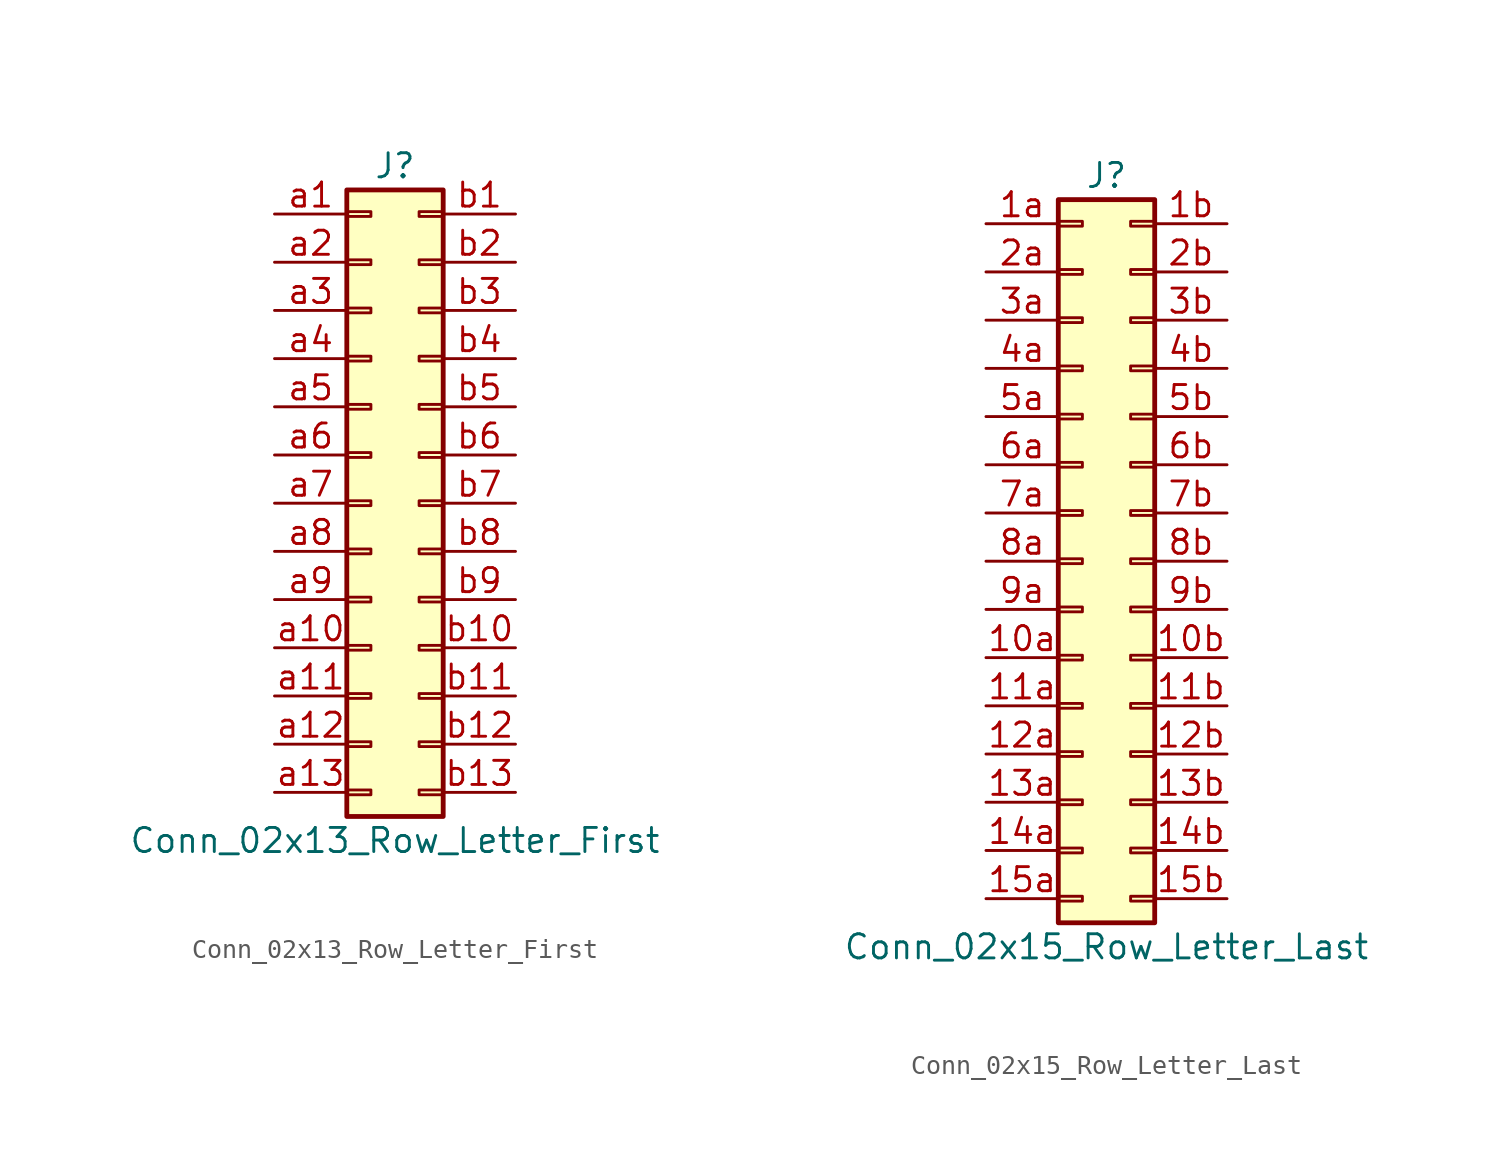
<source format=kicad_sym>
(kicad_symbol_lib
  (version 20201005)
  (generator kicad_symbol_editor)
  (symbol "Conn_02x13_Row_Letter_First"
    (pin_names
      (offset 1.016) hide)
    (property "Reference" "J"
      (at 1.27 17.78 0)
      (effects (font (size 1.27 1.27))))
    (property "Value" "Conn_02x13_Row_Letter_First"
      (at 1.27 -17.78 0)
      (effects (font (size 1.27 1.27))))
    (symbol "Conn_02x13_Row_Letter_First_1_1"
      (rectangle (start -1.27 -15.113) (end 0 -15.367) (stroke (width 0.152)) (fill (type none)))
      (rectangle (start -1.27 -12.573) (end 0 -12.827) (stroke (width 0.152)) (fill (type none)))
      (rectangle (start -1.27 -10.033) (end 0 -10.287) (stroke (width 0.152)) (fill (type none)))
      (rectangle (start -1.27 -7.493) (end 0 -7.747) (stroke (width 0.152)) (fill (type none)))
      (rectangle (start -1.27 -4.953) (end 0 -5.207) (stroke (width 0.152)) (fill (type none)))
      (rectangle (start -1.27 -2.413) (end 0 -2.667) (stroke (width 0.152)) (fill (type none)))
      (rectangle (start -1.27 0.127) (end 0 -0.127) (stroke (width 0.152)) (fill (type none)))
      (rectangle (start -1.27 2.667) (end 0 2.413) (stroke (width 0.152)) (fill (type none)))
      (rectangle (start -1.27 5.207) (end 0 4.953) (stroke (width 0.152)) (fill (type none)))
      (rectangle (start -1.27 7.747) (end 0 7.493) (stroke (width 0.152)) (fill (type none)))
      (rectangle (start -1.27 10.287) (end 0 10.033) (stroke (width 0.152)) (fill (type none)))
      (rectangle (start -1.27 12.827) (end 0 12.573) (stroke (width 0.152)) (fill (type none)))
      (rectangle (start -1.27 15.367) (end 0 15.113) (stroke (width 0.152)) (fill (type none)))
      (rectangle (start 3.81 -15.113) (end 2.54 -15.367) (stroke (width 0.152)) (fill (type none)))
      (rectangle (start 3.81 -12.573) (end 2.54 -12.827) (stroke (width 0.152)) (fill (type none)))
      (rectangle (start 3.81 -10.033) (end 2.54 -10.287) (stroke (width 0.152)) (fill (type none)))
      (rectangle (start 3.81 -7.493) (end 2.54 -7.747) (stroke (width 0.152)) (fill (type none)))
      (rectangle (start 3.81 -4.953) (end 2.54 -5.207) (stroke (width 0.152)) (fill (type none)))
      (rectangle (start 3.81 -2.413) (end 2.54 -2.667) (stroke (width 0.152)) (fill (type none)))
      (rectangle (start 3.81 0.127) (end 2.54 -0.127) (stroke (width 0.152)) (fill (type none)))
      (rectangle (start 3.81 2.667) (end 2.54 2.413) (stroke (width 0.152)) (fill (type none)))
      (rectangle (start 3.81 5.207) (end 2.54 4.953) (stroke (width 0.152)) (fill (type none)))
      (rectangle (start 3.81 7.747) (end 2.54 7.493) (stroke (width 0.152)) (fill (type none)))
      (rectangle (start 3.81 10.287) (end 2.54 10.033) (stroke (width 0.152)) (fill (type none)))
      (rectangle (start 3.81 12.827) (end 2.54 12.573) (stroke (width 0.152)) (fill (type none)))
      (rectangle (start 3.81 15.367) (end 2.54 15.113) (stroke (width 0.152)) (fill (type none)))
      (rectangle (start -1.27 16.51) (end 3.81 -16.51) (stroke (width 0.254)) (fill (type background)))
      (pin passive line (at -5.08 15.24 0) (length 3.81) (name "Pin_a1" (effects (font (size 1.27 1.27)))) (number "a1" (effects (font (size 1.27 1.27)))))
      (pin passive line (at -5.08 -7.62 0) (length 3.81) (name "Pin_a10" (effects (font (size 1.27 1.27)))) (number "a10" (effects (font (size 1.27 1.27)))))
      (pin passive line (at -5.08 -10.16 0) (length 3.81) (name "Pin_a11" (effects (font (size 1.27 1.27)))) (number "a11" (effects (font (size 1.27 1.27)))))
      (pin passive line (at -5.08 -12.7 0) (length 3.81) (name "Pin_a12" (effects (font (size 1.27 1.27)))) (number "a12" (effects (font (size 1.27 1.27)))))
      (pin passive line (at -5.08 -15.24 0) (length 3.81) (name "Pin_a13" (effects (font (size 1.27 1.27)))) (number "a13" (effects (font (size 1.27 1.27)))))
      (pin passive line (at -5.08 12.7 0) (length 3.81) (name "Pin_a2" (effects (font (size 1.27 1.27)))) (number "a2" (effects (font (size 1.27 1.27)))))
      (pin passive line (at -5.08 10.16 0) (length 3.81) (name "Pin_a3" (effects (font (size 1.27 1.27)))) (number "a3" (effects (font (size 1.27 1.27)))))
      (pin passive line (at -5.08 7.62 0) (length 3.81) (name "Pin_a4" (effects (font (size 1.27 1.27)))) (number "a4" (effects (font (size 1.27 1.27)))))
      (pin passive line (at -5.08 5.08 0) (length 3.81) (name "Pin_a5" (effects (font (size 1.27 1.27)))) (number "a5" (effects (font (size 1.27 1.27)))))
      (pin passive line (at -5.08 2.54 0) (length 3.81) (name "Pin_a6" (effects (font (size 1.27 1.27)))) (number "a6" (effects (font (size 1.27 1.27)))))
      (pin passive line (at -5.08 0 0) (length 3.81) (name "Pin_a7" (effects (font (size 1.27 1.27)))) (number "a7" (effects (font (size 1.27 1.27)))))
      (pin passive line (at -5.08 -2.54 0) (length 3.81) (name "Pin_a8" (effects (font (size 1.27 1.27)))) (number "a8" (effects (font (size 1.27 1.27)))))
      (pin passive line (at -5.08 -5.08 0) (length 3.81) (name "Pin_a9" (effects (font (size 1.27 1.27)))) (number "a9" (effects (font (size 1.27 1.27)))))
      (pin passive line (at 7.62 15.24 180) (length 3.81) (name "Pin_b1" (effects (font (size 1.27 1.27)))) (number "b1" (effects (font (size 1.27 1.27)))))
      (pin passive line (at 7.62 -7.62 180) (length 3.81) (name "Pin_b10" (effects (font (size 1.27 1.27)))) (number "b10" (effects (font (size 1.27 1.27)))))
      (pin passive line (at 7.62 -10.16 180) (length 3.81) (name "Pin_b11" (effects (font (size 1.27 1.27)))) (number "b11" (effects (font (size 1.27 1.27)))))
      (pin passive line (at 7.62 -12.7 180) (length 3.81) (name "Pin_b12" (effects (font (size 1.27 1.27)))) (number "b12" (effects (font (size 1.27 1.27)))))
      (pin passive line (at 7.62 -15.24 180) (length 3.81) (name "Pin_b13" (effects (font (size 1.27 1.27)))) (number "b13" (effects (font (size 1.27 1.27)))))
      (pin passive line (at 7.62 12.7 180) (length 3.81) (name "Pin_b2" (effects (font (size 1.27 1.27)))) (number "b2" (effects (font (size 1.27 1.27)))))
      (pin passive line (at 7.62 10.16 180) (length 3.81) (name "Pin_b3" (effects (font (size 1.27 1.27)))) (number "b3" (effects (font (size 1.27 1.27)))))
      (pin passive line (at 7.62 7.62 180) (length 3.81) (name "Pin_b4" (effects (font (size 1.27 1.27)))) (number "b4" (effects (font (size 1.27 1.27)))))
      (pin passive line (at 7.62 5.08 180) (length 3.81) (name "Pin_b5" (effects (font (size 1.27 1.27)))) (number "b5" (effects (font (size 1.27 1.27)))))
      (pin passive line (at 7.62 2.54 180) (length 3.81) (name "Pin_b6" (effects (font (size 1.27 1.27)))) (number "b6" (effects (font (size 1.27 1.27)))))
      (pin passive line (at 7.62 0 180) (length 3.81) (name "Pin_b7" (effects (font (size 1.27 1.27)))) (number "b7" (effects (font (size 1.27 1.27)))))
      (pin passive line (at 7.62 -2.54 180) (length 3.81) (name "Pin_b8" (effects (font (size 1.27 1.27)))) (number "b8" (effects (font (size 1.27 1.27)))))
      (pin passive line (at 7.62 -5.08 180) (length 3.81) (name "Pin_b9" (effects (font (size 1.27 1.27)))) (number "b9" (effects (font (size 1.27 1.27)))))))
  (symbol "Conn_02x15_Row_Letter_Last"
    (pin_names
      (offset 1.016) hide)
    (property "Reference" "J"
      (at 1.27 20.32 0)
      (effects (font (size 1.27 1.27))))
    (property "Value" "Conn_02x15_Row_Letter_Last"
      (at 1.27 -20.32 0)
      (effects (font (size 1.27 1.27))))
    (symbol "Conn_02x15_Row_Letter_Last_1_1"
      (rectangle (start -1.27 -17.653) (end 0 -17.907) (stroke (width 0.152)) (fill (type none)))
      (rectangle (start -1.27 -15.113) (end 0 -15.367) (stroke (width 0.152)) (fill (type none)))
      (rectangle (start -1.27 -12.573) (end 0 -12.827) (stroke (width 0.152)) (fill (type none)))
      (rectangle (start -1.27 -10.033) (end 0 -10.287) (stroke (width 0.152)) (fill (type none)))
      (rectangle (start -1.27 -7.493) (end 0 -7.747) (stroke (width 0.152)) (fill (type none)))
      (rectangle (start -1.27 -4.953) (end 0 -5.207) (stroke (width 0.152)) (fill (type none)))
      (rectangle (start -1.27 -2.413) (end 0 -2.667) (stroke (width 0.152)) (fill (type none)))
      (rectangle (start -1.27 0.127) (end 0 -0.127) (stroke (width 0.152)) (fill (type none)))
      (rectangle (start -1.27 2.667) (end 0 2.413) (stroke (width 0.152)) (fill (type none)))
      (rectangle (start -1.27 5.207) (end 0 4.953) (stroke (width 0.152)) (fill (type none)))
      (rectangle (start -1.27 7.747) (end 0 7.493) (stroke (width 0.152)) (fill (type none)))
      (rectangle (start -1.27 10.287) (end 0 10.033) (stroke (width 0.152)) (fill (type none)))
      (rectangle (start -1.27 12.827) (end 0 12.573) (stroke (width 0.152)) (fill (type none)))
      (rectangle (start -1.27 15.367) (end 0 15.113) (stroke (width 0.152)) (fill (type none)))
      (rectangle (start -1.27 17.907) (end 0 17.653) (stroke (width 0.152)) (fill (type none)))
      (rectangle (start 3.81 -17.653) (end 2.54 -17.907) (stroke (width 0.152)) (fill (type none)))
      (rectangle (start 3.81 -15.113) (end 2.54 -15.367) (stroke (width 0.152)) (fill (type none)))
      (rectangle (start 3.81 -12.573) (end 2.54 -12.827) (stroke (width 0.152)) (fill (type none)))
      (rectangle (start 3.81 -10.033) (end 2.54 -10.287) (stroke (width 0.152)) (fill (type none)))
      (rectangle (start 3.81 -7.493) (end 2.54 -7.747) (stroke (width 0.152)) (fill (type none)))
      (rectangle (start 3.81 -4.953) (end 2.54 -5.207) (stroke (width 0.152)) (fill (type none)))
      (rectangle (start 3.81 -2.413) (end 2.54 -2.667) (stroke (width 0.152)) (fill (type none)))
      (rectangle (start 3.81 0.127) (end 2.54 -0.127) (stroke (width 0.152)) (fill (type none)))
      (rectangle (start 3.81 2.667) (end 2.54 2.413) (stroke (width 0.152)) (fill (type none)))
      (rectangle (start 3.81 5.207) (end 2.54 4.953) (stroke (width 0.152)) (fill (type none)))
      (rectangle (start 3.81 7.747) (end 2.54 7.493) (stroke (width 0.152)) (fill (type none)))
      (rectangle (start 3.81 10.287) (end 2.54 10.033) (stroke (width 0.152)) (fill (type none)))
      (rectangle (start 3.81 12.827) (end 2.54 12.573) (stroke (width 0.152)) (fill (type none)))
      (rectangle (start 3.81 15.367) (end 2.54 15.113) (stroke (width 0.152)) (fill (type none)))
      (rectangle (start 3.81 17.907) (end 2.54 17.653) (stroke (width 0.152)) (fill (type none)))
      (rectangle (start -1.27 19.05) (end 3.81 -19.05) (stroke (width 0.254)) (fill (type background)))
      (pin passive line (at -5.08 -5.08 0) (length 3.81) (name "Pin_10a" (effects (font (size 1.27 1.27)))) (number "10a" (effects (font (size 1.27 1.27)))))
      (pin passive line (at 7.62 -5.08 180) (length 3.81) (name "Pin_10b" (effects (font (size 1.27 1.27)))) (number "10b" (effects (font (size 1.27 1.27)))))
      (pin passive line (at -5.08 -7.62 0) (length 3.81) (name "Pin_11a" (effects (font (size 1.27 1.27)))) (number "11a" (effects (font (size 1.27 1.27)))))
      (pin passive line (at 7.62 -7.62 180) (length 3.81) (name "Pin_11b" (effects (font (size 1.27 1.27)))) (number "11b" (effects (font (size 1.27 1.27)))))
      (pin passive line (at -5.08 -10.16 0) (length 3.81) (name "Pin_12a" (effects (font (size 1.27 1.27)))) (number "12a" (effects (font (size 1.27 1.27)))))
      (pin passive line (at 7.62 -10.16 180) (length 3.81) (name "Pin_12b" (effects (font (size 1.27 1.27)))) (number "12b" (effects (font (size 1.27 1.27)))))
      (pin passive line (at -5.08 -12.7 0) (length 3.81) (name "Pin_13a" (effects (font (size 1.27 1.27)))) (number "13a" (effects (font (size 1.27 1.27)))))
      (pin passive line (at 7.62 -12.7 180) (length 3.81) (name "Pin_13b" (effects (font (size 1.27 1.27)))) (number "13b" (effects (font (size 1.27 1.27)))))
      (pin passive line (at -5.08 -15.24 0) (length 3.81) (name "Pin_14a" (effects (font (size 1.27 1.27)))) (number "14a" (effects (font (size 1.27 1.27)))))
      (pin passive line (at 7.62 -15.24 180) (length 3.81) (name "Pin_14b" (effects (font (size 1.27 1.27)))) (number "14b" (effects (font (size 1.27 1.27)))))
      (pin passive line (at -5.08 -17.78 0) (length 3.81) (name "Pin_15a" (effects (font (size 1.27 1.27)))) (number "15a" (effects (font (size 1.27 1.27)))))
      (pin passive line (at 7.62 -17.78 180) (length 3.81) (name "Pin_15b" (effects (font (size 1.27 1.27)))) (number "15b" (effects (font (size 1.27 1.27)))))
      (pin passive line (at -5.08 17.78 0) (length 3.81) (name "Pin_1a" (effects (font (size 1.27 1.27)))) (number "1a" (effects (font (size 1.27 1.27)))))
      (pin passive line (at 7.62 17.78 180) (length 3.81) (name "Pin_1b" (effects (font (size 1.27 1.27)))) (number "1b" (effects (font (size 1.27 1.27)))))
      (pin passive line (at -5.08 15.24 0) (length 3.81) (name "Pin_2a" (effects (font (size 1.27 1.27)))) (number "2a" (effects (font (size 1.27 1.27)))))
      (pin passive line (at 7.62 15.24 180) (length 3.81) (name "Pin_2b" (effects (font (size 1.27 1.27)))) (number "2b" (effects (font (size 1.27 1.27)))))
      (pin passive line (at -5.08 12.7 0) (length 3.81) (name "Pin_3a" (effects (font (size 1.27 1.27)))) (number "3a" (effects (font (size 1.27 1.27)))))
      (pin passive line (at 7.62 12.7 180) (length 3.81) (name "Pin_3b" (effects (font (size 1.27 1.27)))) (number "3b" (effects (font (size 1.27 1.27)))))
      (pin passive line (at -5.08 10.16 0) (length 3.81) (name "Pin_4a" (effects (font (size 1.27 1.27)))) (number "4a" (effects (font (size 1.27 1.27)))))
      (pin passive line (at 7.62 10.16 180) (length 3.81) (name "Pin_4b" (effects (font (size 1.27 1.27)))) (number "4b" (effects (font (size 1.27 1.27)))))
      (pin passive line (at -5.08 7.62 0) (length 3.81) (name "Pin_5a" (effects (font (size 1.27 1.27)))) (number "5a" (effects (font (size 1.27 1.27)))))
      (pin passive line (at 7.62 7.62 180) (length 3.81) (name "Pin_5b" (effects (font (size 1.27 1.27)))) (number "5b" (effects (font (size 1.27 1.27)))))
      (pin passive line (at -5.08 5.08 0) (length 3.81) (name "Pin_6a" (effects (font (size 1.27 1.27)))) (number "6a" (effects (font (size 1.27 1.27)))))
      (pin passive line (at 7.62 5.08 180) (length 3.81) (name "Pin_6b" (effects (font (size 1.27 1.27)))) (number "6b" (effects (font (size 1.27 1.27)))))
      (pin passive line (at -5.08 2.54 0) (length 3.81) (name "Pin_7a" (effects (font (size 1.27 1.27)))) (number "7a" (effects (font (size 1.27 1.27)))))
      (pin passive line (at 7.62 2.54 180) (length 3.81) (name "Pin_7b" (effects (font (size 1.27 1.27)))) (number "7b" (effects (font (size 1.27 1.27)))))
      (pin passive line (at -5.08 0 0) (length 3.81) (name "Pin_8a" (effects (font (size 1.27 1.27)))) (number "8a" (effects (font (size 1.27 1.27)))))
      (pin passive line (at 7.62 0 180) (length 3.81) (name "Pin_8b" (effects (font (size 1.27 1.27)))) (number "8b" (effects (font (size 1.27 1.27)))))
      (pin passive line (at -5.08 -2.54 0) (length 3.81) (name "Pin_9a" (effects (font (size 1.27 1.27)))) (number "9a" (effects (font (size 1.27 1.27)))))
      (pin passive line (at 7.62 -2.54 180) (length 3.81) (name "Pin_9b" (effects (font (size 1.27 1.27)))) (number "9b" (effects (font (size 1.27 1.27))))))))
</source>
